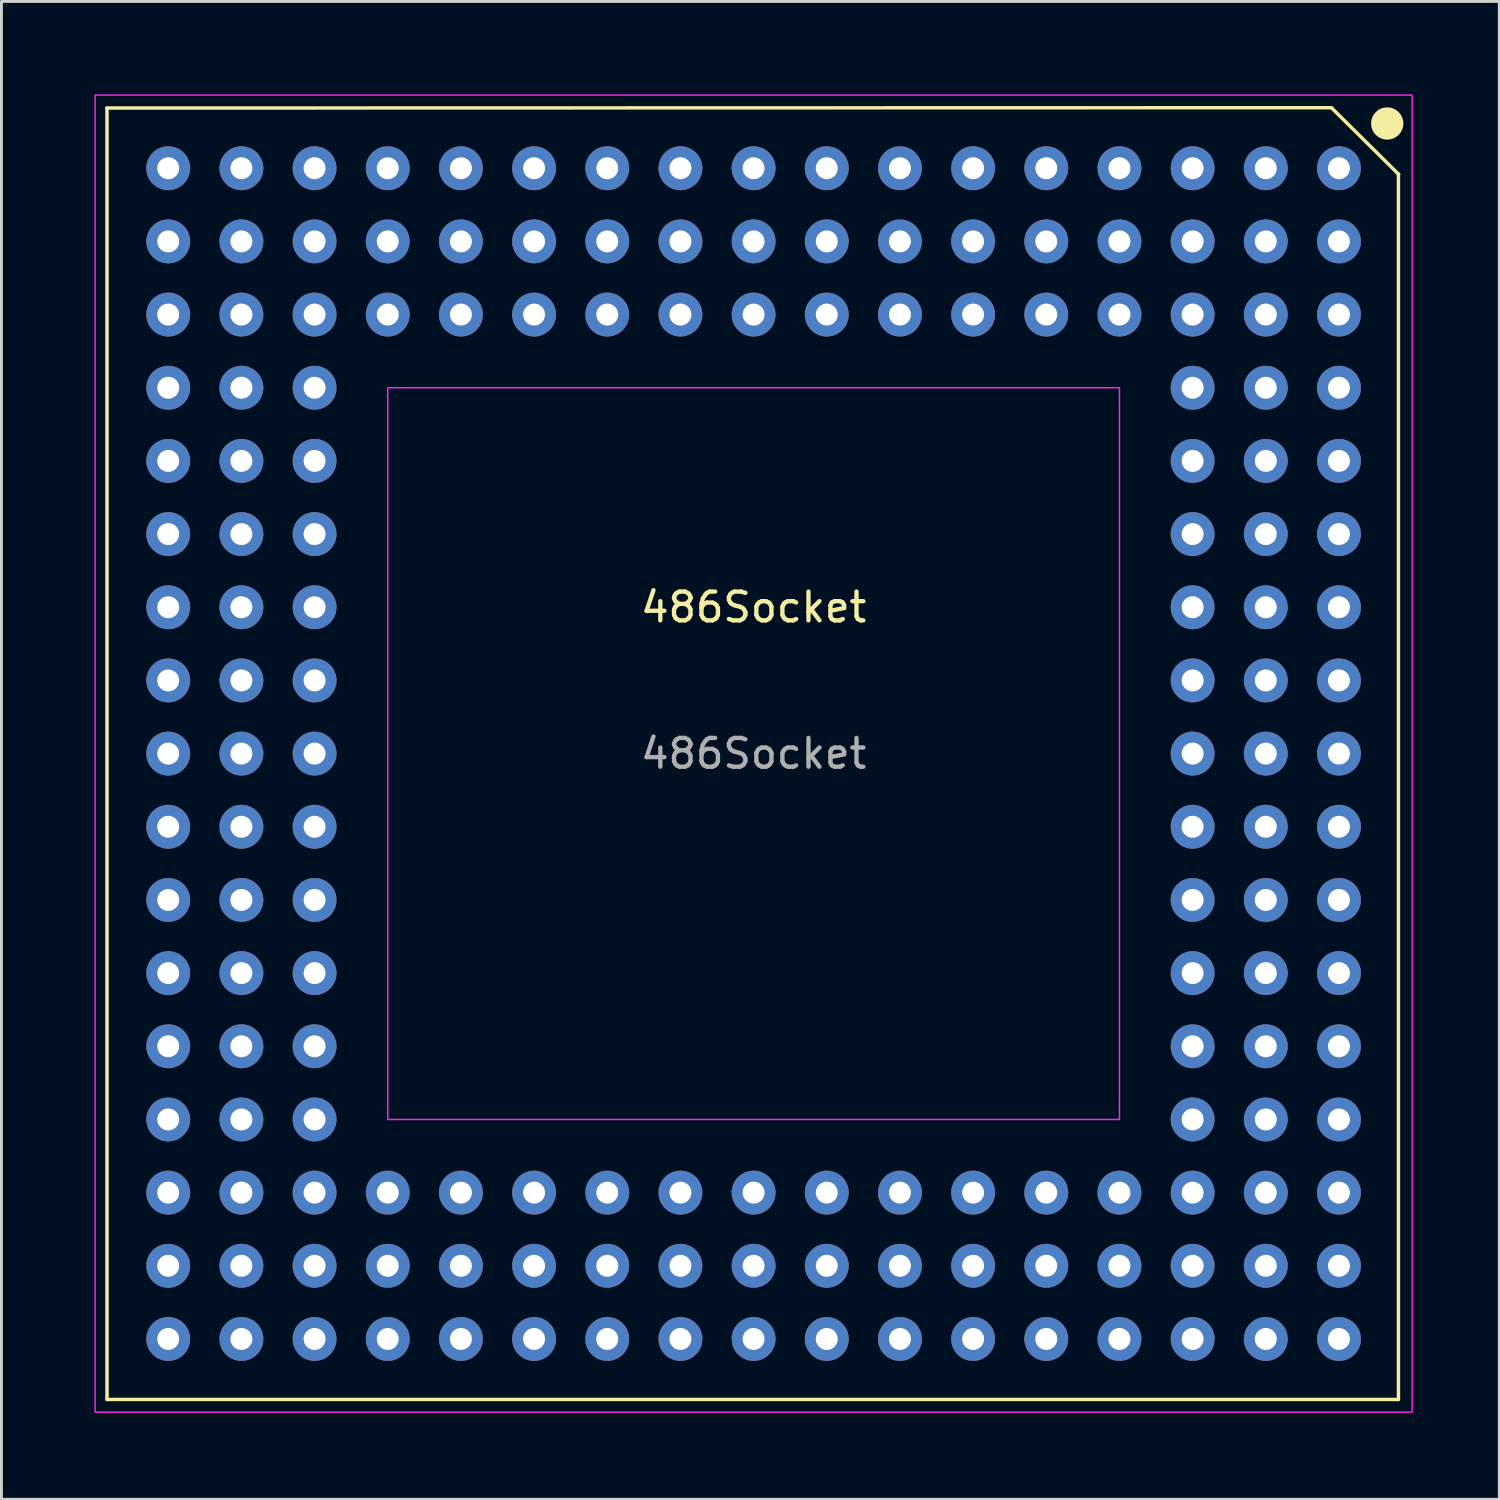
<source format=kicad_pcb>
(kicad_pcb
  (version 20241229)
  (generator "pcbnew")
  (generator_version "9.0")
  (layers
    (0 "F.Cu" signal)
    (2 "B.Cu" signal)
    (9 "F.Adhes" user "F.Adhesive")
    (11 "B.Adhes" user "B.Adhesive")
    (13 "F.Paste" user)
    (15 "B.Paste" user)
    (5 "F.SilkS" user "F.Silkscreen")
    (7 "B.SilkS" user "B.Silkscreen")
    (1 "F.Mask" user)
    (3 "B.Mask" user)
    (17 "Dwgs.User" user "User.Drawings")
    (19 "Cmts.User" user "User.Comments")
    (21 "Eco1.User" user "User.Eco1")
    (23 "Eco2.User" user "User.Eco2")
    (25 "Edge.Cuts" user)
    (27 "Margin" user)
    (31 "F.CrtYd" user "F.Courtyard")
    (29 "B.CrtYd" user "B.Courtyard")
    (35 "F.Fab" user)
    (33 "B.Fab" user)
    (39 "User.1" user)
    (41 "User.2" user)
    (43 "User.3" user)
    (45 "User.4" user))
  (footprint "486Socket"
    (layer "F.Cu")
    (at 0.25 0.25)
    (property "Reference" "486Socket" (at 22.86 17.78 0) (unlocked yes) (layer "F.SilkS") (effects (font (size 1 1) (thickness 0.15))))
    (attr through_hole)
    (fp_line (start 0.414 0.45) (end 0.414 45.28) (stroke (width 0.12) (type default)) (layer "F.SilkS"))
    (fp_line (start 0.414 45.28) (end 45.244 45.28) (stroke (width 0.12) (type default)) (layer "F.SilkS"))
    (fp_line (start 42.917 0.439) (end 0.414 0.45) (stroke (width 0.12) (type default)) (layer "F.SilkS"))
    (fp_line (start 45.244 45.28) (end 45.244 2.74) (stroke (width 0.12) (type default)) (layer "F.SilkS"))
    (fp_line (start 45.251 2.75) (end 42.917 0.439) (stroke (width 0.12) (type default)) (layer "F.SilkS"))
    (fp_circle (center 44.855 0.987) (end 45.355 0.987) (stroke (width 0.12) (type solid)) (fill yes) (layer "F.SilkS"))
    (fp_rect (start 0 0) (end 45.72 45.72) (stroke (width 0.05) (type default)) (fill no) (layer "F.CrtYd"))
    (fp_rect (start 10.16 10.16) (end 35.56 35.56) (stroke (width 0.05) (type default)) (fill no) (layer "F.CrtYd"))
    (fp_text user "${REFERENCE}" (at 22.86 22.86 0) (unlocked yes) (layer "F.Fab") (effects (font (size 1 1) (thickness 0.15))))
    (pad "A1" thru_hole circle (at 43.18 2.54) (size 1.524 1.524) (drill 0.762) (layers "*.Cu" "*.Mask"))
    (pad "A2" thru_hole circle (at 43.18 5.08) (size 1.524 1.524) (drill 0.762) (layers "*.Cu" "*.Mask"))
    (pad "A3" thru_hole circle (at 43.18 7.62) (size 1.524 1.524) (drill 0.762) (layers "*.Cu" "*.Mask"))
    (pad "A4" thru_hole circle (at 43.18 10.16) (size 1.524 1.524) (drill 0.762) (layers "*.Cu" "*.Mask"))
    (pad "A5" thru_hole circle (at 43.18 12.7) (size 1.524 1.524) (drill 0.762) (layers "*.Cu" "*.Mask"))
    (pad "A6" thru_hole circle (at 43.18 15.24) (size 1.524 1.524) (drill 0.762) (layers "*.Cu" "*.Mask"))
    (pad "A7" thru_hole circle (at 43.18 17.78) (size 1.524 1.524) (drill 0.762) (layers "*.Cu" "*.Mask"))
    (pad "A8" thru_hole circle (at 43.18 20.32) (size 1.524 1.524) (drill 0.762) (layers "*.Cu" "*.Mask"))
    (pad "A9" thru_hole circle (at 43.18 22.86) (size 1.524 1.524) (drill 0.762) (layers "*.Cu" "*.Mask"))
    (pad "A10" thru_hole circle (at 43.18 25.4) (size 1.524 1.524) (drill 0.762) (layers "*.Cu" "*.Mask"))
    (pad "A11" thru_hole circle (at 43.18 27.94) (size 1.524 1.524) (drill 0.762) (layers "*.Cu" "*.Mask"))
    (pad "A12" thru_hole circle (at 43.18 30.48) (size 1.524 1.524) (drill 0.762) (layers "*.Cu" "*.Mask"))
    (pad "A13" thru_hole circle (at 43.18 33.02) (size 1.524 1.524) (drill 0.762) (layers "*.Cu" "*.Mask"))
    (pad "A14" thru_hole circle (at 43.18 35.56) (size 1.524 1.524) (drill 0.762) (layers "*.Cu" "*.Mask"))
    (pad "A15" thru_hole circle (at 43.18 38.1) (size 1.524 1.524) (drill 0.762) (layers "*.Cu" "*.Mask"))
    (pad "A16" thru_hole circle (at 43.18 40.64) (size 1.524 1.524) (drill 0.762) (layers "*.Cu" "*.Mask"))
    (pad "A17" thru_hole circle (at 43.18 43.18) (size 1.524 1.524) (drill 0.762) (layers "*.Cu" "*.Mask"))
    (pad "B1" thru_hole circle (at 40.64 2.54) (size 1.524 1.524) (drill 0.762) (layers "*.Cu" "*.Mask"))
    (pad "B2" thru_hole circle (at 40.64 5.08) (size 1.524 1.524) (drill 0.762) (layers "*.Cu" "*.Mask"))
    (pad "B3" thru_hole circle (at 40.64 7.62) (size 1.524 1.524) (drill 0.762) (layers "*.Cu" "*.Mask"))
    (pad "B4" thru_hole circle (at 40.64 10.16) (size 1.524 1.524) (drill 0.762) (layers "*.Cu" "*.Mask"))
    (pad "B5" thru_hole circle (at 40.64 12.7) (size 1.524 1.524) (drill 0.762) (layers "*.Cu" "*.Mask"))
    (pad "B6" thru_hole circle (at 40.64 15.24) (size 1.524 1.524) (drill 0.762) (layers "*.Cu" "*.Mask"))
    (pad "B7" thru_hole circle (at 40.64 17.78) (size 1.524 1.524) (drill 0.762) (layers "*.Cu" "*.Mask"))
    (pad "B8" thru_hole circle (at 40.64 20.32) (size 1.524 1.524) (drill 0.762) (layers "*.Cu" "*.Mask"))
    (pad "B9" thru_hole circle (at 40.64 22.86) (size 1.524 1.524) (drill 0.762) (layers "*.Cu" "*.Mask"))
    (pad "B10" thru_hole circle (at 40.64 25.4) (size 1.524 1.524) (drill 0.762) (layers "*.Cu" "*.Mask"))
    (pad "B11" thru_hole circle (at 40.64 27.94) (size 1.524 1.524) (drill 0.762) (layers "*.Cu" "*.Mask"))
    (pad "B12" thru_hole circle (at 40.64 30.48) (size 1.524 1.524) (drill 0.762) (layers "*.Cu" "*.Mask"))
    (pad "B13" thru_hole circle (at 40.64 33.02) (size 1.524 1.524) (drill 0.762) (layers "*.Cu" "*.Mask"))
    (pad "B14" thru_hole circle (at 40.64 35.56) (size 1.524 1.524) (drill 0.762) (layers "*.Cu" "*.Mask"))
    (pad "B15" thru_hole circle (at 40.64 38.1) (size 1.524 1.524) (drill 0.762) (layers "*.Cu" "*.Mask"))
    (pad "B16" thru_hole circle (at 40.64 40.64) (size 1.524 1.524) (drill 0.762) (layers "*.Cu" "*.Mask"))
    (pad "B17" thru_hole circle (at 40.64 43.18) (size 1.524 1.524) (drill 0.762) (layers "*.Cu" "*.Mask"))
    (pad "C1" thru_hole circle (at 38.1 2.54) (size 1.524 1.524) (drill 0.762) (layers "*.Cu" "*.Mask"))
    (pad "C2" thru_hole circle (at 38.1 5.08) (size 1.524 1.524) (drill 0.762) (layers "*.Cu" "*.Mask"))
    (pad "C3" thru_hole circle (at 38.1 7.62) (size 1.524 1.524) (drill 0.762) (layers "*.Cu" "*.Mask"))
    (pad "C4" thru_hole circle (at 38.1 10.16) (size 1.524 1.524) (drill 0.762) (layers "*.Cu" "*.Mask"))
    (pad "C5" thru_hole circle (at 38.1 12.7) (size 1.524 1.524) (drill 0.762) (layers "*.Cu" "*.Mask"))
    (pad "C6" thru_hole circle (at 38.1 15.24) (size 1.524 1.524) (drill 0.762) (layers "*.Cu" "*.Mask"))
    (pad "C7" thru_hole circle (at 38.1 17.78) (size 1.524 1.524) (drill 0.762) (layers "*.Cu" "*.Mask"))
    (pad "C8" thru_hole circle (at 38.1 20.32) (size 1.524 1.524) (drill 0.762) (layers "*.Cu" "*.Mask"))
    (pad "C9" thru_hole circle (at 38.1 22.86) (size 1.524 1.524) (drill 0.762) (layers "*.Cu" "*.Mask"))
    (pad "C10" thru_hole circle (at 38.1 25.4) (size 1.524 1.524) (drill 0.762) (layers "*.Cu" "*.Mask"))
    (pad "C11" thru_hole circle (at 38.1 27.94) (size 1.524 1.524) (drill 0.762) (layers "*.Cu" "*.Mask"))
    (pad "C12" thru_hole circle (at 38.1 30.48) (size 1.524 1.524) (drill 0.762) (layers "*.Cu" "*.Mask"))
    (pad "C13" thru_hole circle (at 38.1 33.02) (size 1.524 1.524) (drill 0.762) (layers "*.Cu" "*.Mask"))
    (pad "C14" thru_hole circle (at 38.1 35.56) (size 1.524 1.524) (drill 0.762) (layers "*.Cu" "*.Mask"))
    (pad "C15" thru_hole circle (at 38.1 38.1) (size 1.524 1.524) (drill 0.762) (layers "*.Cu" "*.Mask"))
    (pad "C16" thru_hole circle (at 38.1 40.64) (size 1.524 1.524) (drill 0.762) (layers "*.Cu" "*.Mask"))
    (pad "C17" thru_hole circle (at 38.1 43.18) (size 1.524 1.524) (drill 0.762) (layers "*.Cu" "*.Mask"))
    (pad "D1" thru_hole circle (at 35.56 2.54) (size 1.524 1.524) (drill 0.762) (layers "*.Cu" "*.Mask"))
    (pad "D2" thru_hole circle (at 35.56 5.08) (size 1.524 1.524) (drill 0.762) (layers "*.Cu" "*.Mask"))
    (pad "D3" thru_hole circle (at 35.56 7.62) (size 1.524 1.524) (drill 0.762) (layers "*.Cu" "*.Mask"))
    (pad "D15" thru_hole circle (at 35.56 38.1) (size 1.524 1.524) (drill 0.762) (layers "*.Cu" "*.Mask"))
    (pad "D16" thru_hole circle (at 35.56 40.64) (size 1.524 1.524) (drill 0.762) (layers "*.Cu" "*.Mask"))
    (pad "D17" thru_hole circle (at 35.56 43.18) (size 1.524 1.524) (drill 0.762) (layers "*.Cu" "*.Mask"))
    (pad "E1" thru_hole circle (at 33.02 2.54) (size 1.524 1.524) (drill 0.762) (layers "*.Cu" "*.Mask"))
    (pad "E2" thru_hole circle (at 33.02 5.08) (size 1.524 1.524) (drill 0.762) (layers "*.Cu" "*.Mask"))
    (pad "E3" thru_hole circle (at 33.02 7.62) (size 1.524 1.524) (drill 0.762) (layers "*.Cu" "*.Mask"))
    (pad "E15" thru_hole circle (at 33.02 38.1) (size 1.524 1.524) (drill 0.762) (layers "*.Cu" "*.Mask"))
    (pad "E16" thru_hole circle (at 33.02 40.64) (size 1.524 1.524) (drill 0.762) (layers "*.Cu" "*.Mask"))
    (pad "E17" thru_hole circle (at 33.02 43.18) (size 1.524 1.524) (drill 0.762) (layers "*.Cu" "*.Mask"))
    (pad "F1" thru_hole circle (at 30.48 2.54) (size 1.524 1.524) (drill 0.762) (layers "*.Cu" "*.Mask"))
    (pad "F2" thru_hole circle (at 30.48 5.08) (size 1.524 1.524) (drill 0.762) (layers "*.Cu" "*.Mask"))
    (pad "F3" thru_hole circle (at 30.48 7.62) (size 1.524 1.524) (drill 0.762) (layers "*.Cu" "*.Mask"))
    (pad "F15" thru_hole circle (at 30.48 40.64) (size 1.524 1.524) (drill 0.762) (layers "*.Cu" "*.Mask"))
    (pad "F16" thru_hole circle (at 30.48 38.1) (size 1.524 1.524) (drill 0.762) (layers "*.Cu" "*.Mask"))
    (pad "F17" thru_hole circle (at 30.48 43.18) (size 1.524 1.524) (drill 0.762) (layers "*.Cu" "*.Mask"))
    (pad "G1" thru_hole circle (at 27.94 2.54) (size 1.524 1.524) (drill 0.762) (layers "*.Cu" "*.Mask"))
    (pad "G2" thru_hole circle (at 27.94 5.08) (size 1.524 1.524) (drill 0.762) (layers "*.Cu" "*.Mask"))
    (pad "G3" thru_hole circle (at 27.94 7.62) (size 1.524 1.524) (drill 0.762) (layers "*.Cu" "*.Mask"))
    (pad "G15" thru_hole circle (at 27.94 38.1) (size 1.524 1.524) (drill 0.762) (layers "*.Cu" "*.Mask"))
    (pad "G16" thru_hole circle (at 27.94 40.64) (size 1.524 1.524) (drill 0.762) (layers "*.Cu" "*.Mask"))
    (pad "G17" thru_hole circle (at 27.94 43.18) (size 1.524 1.524) (drill 0.762) (layers "*.Cu" "*.Mask"))
    (pad "H1" thru_hole circle (at 25.4 2.54) (size 1.524 1.524) (drill 0.762) (layers "*.Cu" "*.Mask"))
    (pad "H2" thru_hole circle (at 25.4 5.08) (size 1.524 1.524) (drill 0.762) (layers "*.Cu" "*.Mask"))
    (pad "H3" thru_hole circle (at 25.4 7.62) (size 1.524 1.524) (drill 0.762) (layers "*.Cu" "*.Mask"))
    (pad "H15" thru_hole circle (at 25.4 38.1) (size 1.524 1.524) (drill 0.762) (layers "*.Cu" "*.Mask"))
    (pad "H16" thru_hole circle (at 25.4 40.64) (size 1.524 1.524) (drill 0.762) (layers "*.Cu" "*.Mask"))
    (pad "H17" thru_hole circle (at 25.4 43.18) (size 1.524 1.524) (drill 0.762) (layers "*.Cu" "*.Mask"))
    (pad "J1" thru_hole circle (at 22.86 2.54) (size 1.524 1.524) (drill 0.762) (layers "*.Cu" "*.Mask"))
    (pad "J2" thru_hole circle (at 22.86 5.08) (size 1.524 1.524) (drill 0.762) (layers "*.Cu" "*.Mask"))
    (pad "J3" thru_hole circle (at 22.86 7.62) (size 1.524 1.524) (drill 0.762) (layers "*.Cu" "*.Mask"))
    (pad "J15" thru_hole circle (at 22.86 38.1) (size 1.524 1.524) (drill 0.762) (layers "*.Cu" "*.Mask"))
    (pad "J16" thru_hole circle (at 22.86 40.64) (size 1.524 1.524) (drill 0.762) (layers "*.Cu" "*.Mask"))
    (pad "J17" thru_hole circle (at 22.86 43.18) (size 1.524 1.524) (drill 0.762) (layers "*.Cu" "*.Mask"))
    (pad "K1" thru_hole circle (at 20.32 2.54) (size 1.524 1.524) (drill 0.762) (layers "*.Cu" "*.Mask"))
    (pad "K2" thru_hole circle (at 20.32 5.08) (size 1.524 1.524) (drill 0.762) (layers "*.Cu" "*.Mask"))
    (pad "K3" thru_hole circle (at 20.32 7.62) (size 1.524 1.524) (drill 0.762) (layers "*.Cu" "*.Mask"))
    (pad "K15" thru_hole circle (at 20.32 38.1) (size 1.524 1.524) (drill 0.762) (layers "*.Cu" "*.Mask"))
    (pad "K16" thru_hole circle (at 20.32 40.64) (size 1.524 1.524) (drill 0.762) (layers "*.Cu" "*.Mask"))
    (pad "K17" thru_hole circle (at 20.32 43.18) (size 1.524 1.524) (drill 0.762) (layers "*.Cu" "*.Mask"))
    (pad "L1" thru_hole circle (at 17.78 2.54) (size 1.524 1.524) (drill 0.762) (layers "*.Cu" "*.Mask"))
    (pad "L2" thru_hole circle (at 17.78 5.08) (size 1.524 1.524) (drill 0.762) (layers "*.Cu" "*.Mask"))
    (pad "L3" thru_hole circle (at 17.78 7.62) (size 1.524 1.524) (drill 0.762) (layers "*.Cu" "*.Mask"))
    (pad "L15" thru_hole circle (at 17.78 38.1) (size 1.524 1.524) (drill 0.762) (layers "*.Cu" "*.Mask"))
    (pad "L16" thru_hole circle (at 17.78 40.64) (size 1.524 1.524) (drill 0.762) (layers "*.Cu" "*.Mask"))
    (pad "L17" thru_hole circle (at 17.78 43.18) (size 1.524 1.524) (drill 0.762) (layers "*.Cu" "*.Mask"))
    (pad "M1" thru_hole circle (at 15.24 2.54) (size 1.524 1.524) (drill 0.762) (layers "*.Cu" "*.Mask"))
    (pad "M2" thru_hole circle (at 15.24 5.08) (size 1.524 1.524) (drill 0.762) (layers "*.Cu" "*.Mask"))
    (pad "M3" thru_hole circle (at 15.24 7.62) (size 1.524 1.524) (drill 0.762) (layers "*.Cu" "*.Mask"))
    (pad "M15" thru_hole circle (at 15.24 38.1) (size 1.524 1.524) (drill 0.762) (layers "*.Cu" "*.Mask"))
    (pad "M16" thru_hole circle (at 15.24 40.64) (size 1.524 1.524) (drill 0.762) (layers "*.Cu" "*.Mask"))
    (pad "M17" thru_hole circle (at 15.24 43.18) (size 1.524 1.524) (drill 0.762) (layers "*.Cu" "*.Mask"))
    (pad "N1" thru_hole circle (at 12.7 2.54) (size 1.524 1.524) (drill 0.762) (layers "*.Cu" "*.Mask"))
    (pad "N2" thru_hole circle (at 12.7 5.08) (size 1.524 1.524) (drill 0.762) (layers "*.Cu" "*.Mask"))
    (pad "N3" thru_hole circle (at 12.7 7.62) (size 1.524 1.524) (drill 0.762) (layers "*.Cu" "*.Mask"))
    (pad "N15" thru_hole circle (at 12.7 38.1) (size 1.524 1.524) (drill 0.762) (layers "*.Cu" "*.Mask"))
    (pad "N16" thru_hole circle (at 12.7 40.64) (size 1.524 1.524) (drill 0.762) (layers "*.Cu" "*.Mask"))
    (pad "N17" thru_hole circle (at 12.7 43.18) (size 1.524 1.524) (drill 0.762) (layers "*.Cu" "*.Mask"))
    (pad "P1" thru_hole circle (at 10.16 2.54) (size 1.524 1.524) (drill 0.762) (layers "*.Cu" "*.Mask"))
    (pad "P2" thru_hole circle (at 10.16 5.08) (size 1.524 1.524) (drill 0.762) (layers "*.Cu" "*.Mask"))
    (pad "P3" thru_hole circle (at 10.16 7.62) (size 1.524 1.524) (drill 0.762) (layers "*.Cu" "*.Mask"))
    (pad "P15" thru_hole circle (at 10.16 38.1) (size 1.524 1.524) (drill 0.762) (layers "*.Cu" "*.Mask"))
    (pad "P16" thru_hole circle (at 10.16 40.64) (size 1.524 1.524) (drill 0.762) (layers "*.Cu" "*.Mask"))
    (pad "P17" thru_hole circle (at 10.16 43.18) (size 1.524 1.524) (drill 0.762) (layers "*.Cu" "*.Mask"))
    (pad "Q1" thru_hole circle (at 7.62 2.54) (size 1.524 1.524) (drill 0.762) (layers "*.Cu" "*.Mask"))
    (pad "Q2" thru_hole circle (at 7.62 5.08) (size 1.524 1.524) (drill 0.762) (layers "*.Cu" "*.Mask"))
    (pad "Q3" thru_hole circle (at 7.62 7.62) (size 1.524 1.524) (drill 0.762) (layers "*.Cu" "*.Mask"))
    (pad "Q4" thru_hole circle (at 7.62 10.16) (size 1.524 1.524) (drill 0.762) (layers "*.Cu" "*.Mask"))
    (pad "Q5" thru_hole circle (at 7.62 12.7) (size 1.524 1.524) (drill 0.762) (layers "*.Cu" "*.Mask"))
    (pad "Q6" thru_hole circle (at 7.62 15.24) (size 1.524 1.524) (drill 0.762) (layers "*.Cu" "*.Mask"))
    (pad "Q7" thru_hole circle (at 7.62 17.78) (size 1.524 1.524) (drill 0.762) (layers "*.Cu" "*.Mask"))
    (pad "Q8" thru_hole circle (at 7.62 20.32) (size 1.524 1.524) (drill 0.762) (layers "*.Cu" "*.Mask"))
    (pad "Q9" thru_hole circle (at 7.62 22.86) (size 1.524 1.524) (drill 0.762) (layers "*.Cu" "*.Mask"))
    (pad "Q10" thru_hole circle (at 7.62 25.4) (size 1.524 1.524) (drill 0.762) (layers "*.Cu" "*.Mask"))
    (pad "Q11" thru_hole circle (at 7.62 27.94) (size 1.524 1.524) (drill 0.762) (layers "*.Cu" "*.Mask"))
    (pad "Q12" thru_hole circle (at 7.62 30.48) (size 1.524 1.524) (drill 0.762) (layers "*.Cu" "*.Mask"))
    (pad "Q13" thru_hole circle (at 7.62 33.02) (size 1.524 1.524) (drill 0.762) (layers "*.Cu" "*.Mask"))
    (pad "Q14" thru_hole circle (at 7.62 35.56) (size 1.524 1.524) (drill 0.762) (layers "*.Cu" "*.Mask"))
    (pad "Q15" thru_hole circle (at 7.62 38.1) (size 1.524 1.524) (drill 0.762) (layers "*.Cu" "*.Mask"))
    (pad "Q16" thru_hole circle (at 7.62 40.64) (size 1.524 1.524) (drill 0.762) (layers "*.Cu" "*.Mask"))
    (pad "Q17" thru_hole circle (at 7.62 43.18) (size 1.524 1.524) (drill 0.762) (layers "*.Cu" "*.Mask"))
    (pad "R1" thru_hole circle (at 5.08 2.54) (size 1.524 1.524) (drill 0.762) (layers "*.Cu" "*.Mask"))
    (pad "R2" thru_hole circle (at 5.08 5.08) (size 1.524 1.524) (drill 0.762) (layers "*.Cu" "*.Mask"))
    (pad "R3" thru_hole circle (at 5.08 7.62) (size 1.524 1.524) (drill 0.762) (layers "*.Cu" "*.Mask"))
    (pad "R4" thru_hole circle (at 5.08 10.16) (size 1.524 1.524) (drill 0.762) (layers "*.Cu" "*.Mask"))
    (pad "R5" thru_hole circle (at 5.08 12.7) (size 1.524 1.524) (drill 0.762) (layers "*.Cu" "*.Mask"))
    (pad "R6" thru_hole circle (at 5.08 15.24) (size 1.524 1.524) (drill 0.762) (layers "*.Cu" "*.Mask"))
    (pad "R7" thru_hole circle (at 5.08 17.78) (size 1.524 1.524) (drill 0.762) (layers "*.Cu" "*.Mask"))
    (pad "R8" thru_hole circle (at 5.08 20.32) (size 1.524 1.524) (drill 0.762) (layers "*.Cu" "*.Mask"))
    (pad "R9" thru_hole circle (at 5.08 22.86) (size 1.524 1.524) (drill 0.762) (layers "*.Cu" "*.Mask"))
    (pad "R10" thru_hole circle (at 5.08 25.4) (size 1.524 1.524) (drill 0.762) (layers "*.Cu" "*.Mask"))
    (pad "R11" thru_hole circle (at 5.08 27.94) (size 1.524 1.524) (drill 0.762) (layers "*.Cu" "*.Mask"))
    (pad "R12" thru_hole circle (at 5.08 30.48) (size 1.524 1.524) (drill 0.762) (layers "*.Cu" "*.Mask"))
    (pad "R13" thru_hole circle (at 5.08 33.02) (size 1.524 1.524) (drill 0.762) (layers "*.Cu" "*.Mask"))
    (pad "R14" thru_hole circle (at 5.08 35.56) (size 1.524 1.524) (drill 0.762) (layers "*.Cu" "*.Mask"))
    (pad "R15" thru_hole circle (at 5.08 38.1) (size 1.524 1.524) (drill 0.762) (layers "*.Cu" "*.Mask"))
    (pad "R16" thru_hole circle (at 5.08 40.64) (size 1.524 1.524) (drill 0.762) (layers "*.Cu" "*.Mask"))
    (pad "R17" thru_hole circle (at 5.08 43.18) (size 1.524 1.524) (drill 0.762) (layers "*.Cu" "*.Mask"))
    (pad "S1" thru_hole circle (at 2.54 2.54) (size 1.524 1.524) (drill 0.762) (layers "*.Cu" "*.Mask"))
    (pad "S2" thru_hole circle (at 2.54 5.08) (size 1.524 1.524) (drill 0.762) (layers "*.Cu" "*.Mask"))
    (pad "S3" thru_hole circle (at 2.54 7.62) (size 1.524 1.524) (drill 0.762) (layers "*.Cu" "*.Mask"))
    (pad "S4" thru_hole circle (at 2.54 10.16) (size 1.524 1.524) (drill 0.762) (layers "*.Cu" "*.Mask"))
    (pad "S5" thru_hole circle (at 2.54 12.7) (size 1.524 1.524) (drill 0.762) (layers "*.Cu" "*.Mask"))
    (pad "S6" thru_hole circle (at 2.54 15.24) (size 1.524 1.524) (drill 0.762) (layers "*.Cu" "*.Mask"))
    (pad "S7" thru_hole circle (at 2.54 17.78) (size 1.524 1.524) (drill 0.762) (layers "*.Cu" "*.Mask"))
    (pad "S8" thru_hole circle (at 2.54 20.32) (size 1.524 1.524) (drill 0.762) (layers "*.Cu" "*.Mask"))
    (pad "S9" thru_hole circle (at 2.54 22.86) (size 1.524 1.524) (drill 0.762) (layers "*.Cu" "*.Mask"))
    (pad "S10" thru_hole circle (at 2.54 25.4) (size 1.524 1.524) (drill 0.762) (layers "*.Cu" "*.Mask"))
    (pad "S11" thru_hole circle (at 2.54 27.94) (size 1.524 1.524) (drill 0.762) (layers "*.Cu" "*.Mask"))
    (pad "S12" thru_hole circle (at 2.54 30.48) (size 1.524 1.524) (drill 0.762) (layers "*.Cu" "*.Mask"))
    (pad "S13" thru_hole circle (at 2.54 33.02) (size 1.524 1.524) (drill 0.762) (layers "*.Cu" "*.Mask"))
    (pad "S14" thru_hole circle (at 2.54 35.56) (size 1.524 1.524) (drill 0.762) (layers "*.Cu" "*.Mask"))
    (pad "S15" thru_hole circle (at 2.54 38.1) (size 1.524 1.524) (drill 0.762) (layers "*.Cu" "*.Mask"))
    (pad "S16" thru_hole circle (at 2.54 40.64) (size 1.524 1.524) (drill 0.762) (layers "*.Cu" "*.Mask"))
    (pad "S17" thru_hole circle (at 2.54 43.18) (size 1.524 1.524) (drill 0.762) (layers "*.Cu" "*.Mask")))
  (gr_rect
    (start -3 -3)
    (end 48.995 48.995)
    (stroke (width 0.1) (type default))
    (fill no)
    (layer "Edge.Cuts")))
</source>
